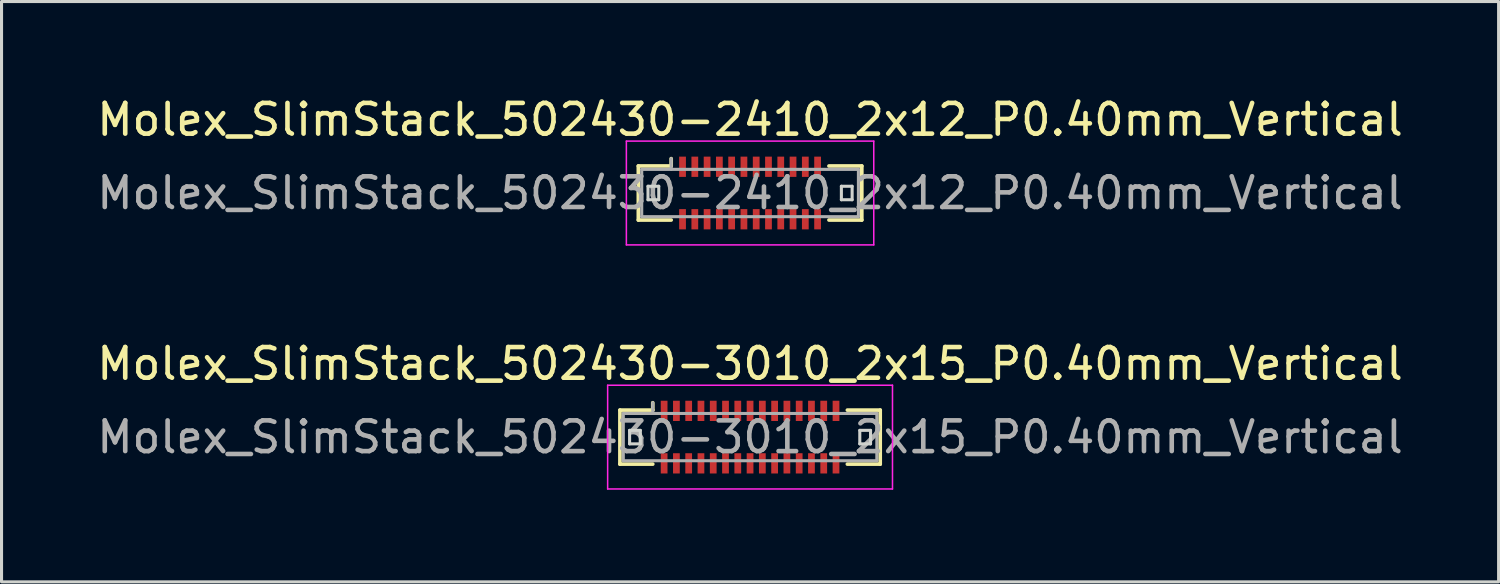
<source format=kicad_pcb>
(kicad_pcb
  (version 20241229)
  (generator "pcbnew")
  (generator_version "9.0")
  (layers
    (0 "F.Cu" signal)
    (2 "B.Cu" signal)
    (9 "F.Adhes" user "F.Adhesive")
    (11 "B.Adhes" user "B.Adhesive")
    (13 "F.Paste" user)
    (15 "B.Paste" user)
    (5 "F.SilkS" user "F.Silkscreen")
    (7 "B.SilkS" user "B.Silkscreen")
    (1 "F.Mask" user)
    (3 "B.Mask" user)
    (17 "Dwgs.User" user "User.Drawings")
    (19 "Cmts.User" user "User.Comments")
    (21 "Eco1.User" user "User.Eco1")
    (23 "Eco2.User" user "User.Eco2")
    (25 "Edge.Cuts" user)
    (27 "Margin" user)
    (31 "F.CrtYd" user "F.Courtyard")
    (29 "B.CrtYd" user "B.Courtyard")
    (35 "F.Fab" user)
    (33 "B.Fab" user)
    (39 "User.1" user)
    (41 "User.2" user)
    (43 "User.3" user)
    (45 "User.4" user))
  (footprint "Molex_SlimStack_502430-3010_2x15_P0.40mm_Vertical"
    (layer "F.Cu")
    (at 21.387 11.191)
    (property "Reference" "Molex_SlimStack_502430-3010_2x15_P0.40mm_Vertical" (at 0 -2.39 0) (layer "F.SilkS") (effects (font (size 1 1) (thickness 0.15))))
    (attr smd)
    (fp_line (start -4.24 -0.88) (end -3.17 -0.88) (stroke (width 0.12) (type solid)) (layer "F.SilkS"))
    (fp_line (start -4.24 0.88) (end -4.24 -0.88) (stroke (width 0.12) (type solid)) (layer "F.SilkS"))
    (fp_line (start -3.17 -0.88) (end -3.17 -1.12) (stroke (width 0.12) (type solid)) (layer "F.SilkS"))
    (fp_line (start -3.17 0.88) (end -4.24 0.88) (stroke (width 0.12) (type solid)) (layer "F.SilkS"))
    (fp_line (start 3.17 0.88) (end 4.24 0.88) (stroke (width 0.12) (type solid)) (layer "F.SilkS"))
    (fp_line (start 4.24 -0.88) (end 3.17 -0.88) (stroke (width 0.12) (type solid)) (layer "F.SilkS"))
    (fp_line (start 4.24 0.88) (end 4.24 -0.88) (stroke (width 0.12) (type solid)) (layer "F.SilkS"))
    (fp_line (start -3.925 -0.22) (end -3.925 0.22) (stroke (width 0.1) (type solid)) (layer "Edge.Cuts"))
    (fp_line (start -3.925 0.22) (end -3.575 0.22) (stroke (width 0.1) (type solid)) (layer "Edge.Cuts"))
    (fp_line (start -3.575 -0.22) (end -3.925 -0.22) (stroke (width 0.1) (type solid)) (layer "Edge.Cuts"))
    (fp_line (start -3.575 0.22) (end -3.575 -0.22) (stroke (width 0.1) (type solid)) (layer "Edge.Cuts"))
    (fp_line (start 3.575 -0.22) (end 3.575 0.22) (stroke (width 0.1) (type solid)) (layer "Edge.Cuts"))
    (fp_line (start 3.575 0.22) (end 3.925 0.22) (stroke (width 0.1) (type solid)) (layer "Edge.Cuts"))
    (fp_line (start 3.925 -0.22) (end 3.575 -0.22) (stroke (width 0.1) (type solid)) (layer "Edge.Cuts"))
    (fp_line (start 3.925 0.22) (end 3.925 -0.22) (stroke (width 0.1) (type solid)) (layer "Edge.Cuts"))
    (fp_line (start -4.64 -1.69) (end -4.64 1.69) (stroke (width 0.05) (type solid)) (layer "F.CrtYd"))
    (fp_line (start -4.64 1.69) (end 4.64 1.69) (stroke (width 0.05) (type solid)) (layer "F.CrtYd"))
    (fp_line (start 4.64 -1.69) (end -4.64 -1.69) (stroke (width 0.05) (type solid)) (layer "F.CrtYd"))
    (fp_line (start 4.64 1.69) (end 4.64 -1.69) (stroke (width 0.05) (type solid)) (layer "F.CrtYd"))
    (fp_line (start -4.13 -0.77) (end -4.13 0.77) (stroke (width 0.1) (type solid)) (layer "F.Fab"))
    (fp_line (start -4.13 0.77) (end 4.13 0.77) (stroke (width 0.1) (type solid)) (layer "F.Fab"))
    (fp_line (start -3.17 -0.77) (end -3.17 -1.12) (stroke (width 0.1) (type solid)) (layer "F.Fab"))
    (fp_line (start 4.13 -0.77) (end -4.13 -0.77) (stroke (width 0.1) (type solid)) (layer "F.Fab"))
    (fp_line (start 4.13 0.77) (end 4.13 -0.77) (stroke (width 0.1) (type solid)) (layer "F.Fab"))
    (fp_text user "${REFERENCE}" (at 0 0 0) (layer "F.Fab") (effects (font (size 1 1) (thickness 0.15))))
    (pad "1" smd rect (at -2.8 -0.855) (size 0.22 0.66) (layers "F.Cu" "F.Mask" "F.Paste"))
    (pad "2" smd rect (at -2.8 0.855) (size 0.22 0.66) (layers "F.Cu" "F.Mask" "F.Paste"))
    (pad "3" smd rect (at -2.4 -0.855) (size 0.22 0.66) (layers "F.Cu" "F.Mask" "F.Paste"))
    (pad "4" smd rect (at -2.4 0.855) (size 0.22 0.66) (layers "F.Cu" "F.Mask" "F.Paste"))
    (pad "5" smd rect (at -2 -0.855) (size 0.22 0.66) (layers "F.Cu" "F.Mask" "F.Paste"))
    (pad "6" smd rect (at -2 0.855) (size 0.22 0.66) (layers "F.Cu" "F.Mask" "F.Paste"))
    (pad "7" smd rect (at -1.6 -0.855) (size 0.22 0.66) (layers "F.Cu" "F.Mask" "F.Paste"))
    (pad "8" smd rect (at -1.6 0.855) (size 0.22 0.66) (layers "F.Cu" "F.Mask" "F.Paste"))
    (pad "9" smd rect (at -1.2 -0.855) (size 0.22 0.66) (layers "F.Cu" "F.Mask" "F.Paste"))
    (pad "10" smd rect (at -1.2 0.855) (size 0.22 0.66) (layers "F.Cu" "F.Mask" "F.Paste"))
    (pad "11" smd rect (at -0.8 -0.855) (size 0.22 0.66) (layers "F.Cu" "F.Mask" "F.Paste"))
    (pad "12" smd rect (at -0.8 0.855) (size 0.22 0.66) (layers "F.Cu" "F.Mask" "F.Paste"))
    (pad "13" smd rect (at -0.4 -0.855) (size 0.22 0.66) (layers "F.Cu" "F.Mask" "F.Paste"))
    (pad "14" smd rect (at -0.4 0.855) (size 0.22 0.66) (layers "F.Cu" "F.Mask" "F.Paste"))
    (pad "15" smd rect (at 0 -0.855) (size 0.22 0.66) (layers "F.Cu" "F.Mask" "F.Paste"))
    (pad "16" smd rect (at 0 0.855) (size 0.22 0.66) (layers "F.Cu" "F.Mask" "F.Paste"))
    (pad "17" smd rect (at 0.4 -0.855) (size 0.22 0.66) (layers "F.Cu" "F.Mask" "F.Paste"))
    (pad "18" smd rect (at 0.4 0.855) (size 0.22 0.66) (layers "F.Cu" "F.Mask" "F.Paste"))
    (pad "19" smd rect (at 0.8 -0.855) (size 0.22 0.66) (layers "F.Cu" "F.Mask" "F.Paste"))
    (pad "20" smd rect (at 0.8 0.855) (size 0.22 0.66) (layers "F.Cu" "F.Mask" "F.Paste"))
    (pad "21" smd rect (at 1.2 -0.855) (size 0.22 0.66) (layers "F.Cu" "F.Mask" "F.Paste"))
    (pad "22" smd rect (at 1.2 0.855) (size 0.22 0.66) (layers "F.Cu" "F.Mask" "F.Paste"))
    (pad "23" smd rect (at 1.6 -0.855) (size 0.22 0.66) (layers "F.Cu" "F.Mask" "F.Paste"))
    (pad "24" smd rect (at 1.6 0.855) (size 0.22 0.66) (layers "F.Cu" "F.Mask" "F.Paste"))
    (pad "25" smd rect (at 2 -0.855) (size 0.22 0.66) (layers "F.Cu" "F.Mask" "F.Paste"))
    (pad "26" smd rect (at 2 0.855) (size 0.22 0.66) (layers "F.Cu" "F.Mask" "F.Paste"))
    (pad "27" smd rect (at 2.4 -0.855) (size 0.22 0.66) (layers "F.Cu" "F.Mask" "F.Paste"))
    (pad "28" smd rect (at 2.4 0.855) (size 0.22 0.66) (layers "F.Cu" "F.Mask" "F.Paste"))
    (pad "29" smd rect (at 2.8 -0.855) (size 0.22 0.66) (layers "F.Cu" "F.Mask" "F.Paste"))
    (pad "30" smd rect (at 2.8 0.855) (size 0.22 0.66) (layers "F.Cu" "F.Mask" "F.Paste")))
  (footprint "Molex_SlimStack_502430-2410_2x12_P0.40mm_Vertical"
    (layer "F.Cu")
    (at 21.387 3.238)
    (property "Reference" "Molex_SlimStack_502430-2410_2x12_P0.40mm_Vertical" (at 0 -2.39 0) (layer "F.SilkS") (effects (font (size 1 1) (thickness 0.15))))
    (attr smd)
    (fp_line (start -3.64 -0.88) (end -2.57 -0.88) (stroke (width 0.12) (type solid)) (layer "F.SilkS"))
    (fp_line (start -3.64 0.88) (end -3.64 -0.88) (stroke (width 0.12) (type solid)) (layer "F.SilkS"))
    (fp_line (start -2.57 -0.88) (end -2.57 -1.12) (stroke (width 0.12) (type solid)) (layer "F.SilkS"))
    (fp_line (start -2.57 0.88) (end -3.64 0.88) (stroke (width 0.12) (type solid)) (layer "F.SilkS"))
    (fp_line (start 2.57 0.88) (end 3.64 0.88) (stroke (width 0.12) (type solid)) (layer "F.SilkS"))
    (fp_line (start 3.64 -0.88) (end 2.57 -0.88) (stroke (width 0.12) (type solid)) (layer "F.SilkS"))
    (fp_line (start 3.64 0.88) (end 3.64 -0.88) (stroke (width 0.12) (type solid)) (layer "F.SilkS"))
    (fp_line (start -3.325 -0.22) (end -3.325 0.22) (stroke (width 0.1) (type solid)) (layer "Edge.Cuts"))
    (fp_line (start -3.325 0.22) (end -2.975 0.22) (stroke (width 0.1) (type solid)) (layer "Edge.Cuts"))
    (fp_line (start -2.975 -0.22) (end -3.325 -0.22) (stroke (width 0.1) (type solid)) (layer "Edge.Cuts"))
    (fp_line (start -2.975 0.22) (end -2.975 -0.22) (stroke (width 0.1) (type solid)) (layer "Edge.Cuts"))
    (fp_line (start 2.975 -0.22) (end 2.975 0.22) (stroke (width 0.1) (type solid)) (layer "Edge.Cuts"))
    (fp_line (start 2.975 0.22) (end 3.325 0.22) (stroke (width 0.1) (type solid)) (layer "Edge.Cuts"))
    (fp_line (start 3.325 -0.22) (end 2.975 -0.22) (stroke (width 0.1) (type solid)) (layer "Edge.Cuts"))
    (fp_line (start 3.325 0.22) (end 3.325 -0.22) (stroke (width 0.1) (type solid)) (layer "Edge.Cuts"))
    (fp_line (start -4.03 -1.69) (end -4.03 1.69) (stroke (width 0.05) (type solid)) (layer "F.CrtYd"))
    (fp_line (start -4.03 1.69) (end 4.03 1.69) (stroke (width 0.05) (type solid)) (layer "F.CrtYd"))
    (fp_line (start 4.03 -1.69) (end -4.03 -1.69) (stroke (width 0.05) (type solid)) (layer "F.CrtYd"))
    (fp_line (start 4.03 1.69) (end 4.03 -1.69) (stroke (width 0.05) (type solid)) (layer "F.CrtYd"))
    (fp_line (start -3.53 -0.77) (end -3.53 0.77) (stroke (width 0.1) (type solid)) (layer "F.Fab"))
    (fp_line (start -3.53 0.77) (end 3.53 0.77) (stroke (width 0.1) (type solid)) (layer "F.Fab"))
    (fp_line (start -2.57 -0.77) (end -2.57 -1.12) (stroke (width 0.1) (type solid)) (layer "F.Fab"))
    (fp_line (start 3.53 -0.77) (end -3.53 -0.77) (stroke (width 0.1) (type solid)) (layer "F.Fab"))
    (fp_line (start 3.53 0.77) (end 3.53 -0.77) (stroke (width 0.1) (type solid)) (layer "F.Fab"))
    (fp_text user "${REFERENCE}" (at 0 0 0) (layer "F.Fab") (effects (font (size 1 1) (thickness 0.15))))
    (pad "1" smd rect (at -2.2 -0.855) (size 0.22 0.66) (layers "F.Cu" "F.Mask" "F.Paste"))
    (pad "2" smd rect (at -2.2 0.855) (size 0.22 0.66) (layers "F.Cu" "F.Mask" "F.Paste"))
    (pad "3" smd rect (at -1.8 -0.855) (size 0.22 0.66) (layers "F.Cu" "F.Mask" "F.Paste"))
    (pad "4" smd rect (at -1.8 0.855) (size 0.22 0.66) (layers "F.Cu" "F.Mask" "F.Paste"))
    (pad "5" smd rect (at -1.4 -0.855) (size 0.22 0.66) (layers "F.Cu" "F.Mask" "F.Paste"))
    (pad "6" smd rect (at -1.4 0.855) (size 0.22 0.66) (layers "F.Cu" "F.Mask" "F.Paste"))
    (pad "7" smd rect (at -1 -0.855) (size 0.22 0.66) (layers "F.Cu" "F.Mask" "F.Paste"))
    (pad "8" smd rect (at -1 0.855) (size 0.22 0.66) (layers "F.Cu" "F.Mask" "F.Paste"))
    (pad "9" smd rect (at -0.6 -0.855) (size 0.22 0.66) (layers "F.Cu" "F.Mask" "F.Paste"))
    (pad "10" smd rect (at -0.6 0.855) (size 0.22 0.66) (layers "F.Cu" "F.Mask" "F.Paste"))
    (pad "11" smd rect (at -0.2 -0.855) (size 0.22 0.66) (layers "F.Cu" "F.Mask" "F.Paste"))
    (pad "12" smd rect (at -0.2 0.855) (size 0.22 0.66) (layers "F.Cu" "F.Mask" "F.Paste"))
    (pad "13" smd rect (at 0.2 -0.855) (size 0.22 0.66) (layers "F.Cu" "F.Mask" "F.Paste"))
    (pad "14" smd rect (at 0.2 0.855) (size 0.22 0.66) (layers "F.Cu" "F.Mask" "F.Paste"))
    (pad "15" smd rect (at 0.6 -0.855) (size 0.22 0.66) (layers "F.Cu" "F.Mask" "F.Paste"))
    (pad "16" smd rect (at 0.6 0.855) (size 0.22 0.66) (layers "F.Cu" "F.Mask" "F.Paste"))
    (pad "17" smd rect (at 1 -0.855) (size 0.22 0.66) (layers "F.Cu" "F.Mask" "F.Paste"))
    (pad "18" smd rect (at 1 0.855) (size 0.22 0.66) (layers "F.Cu" "F.Mask" "F.Paste"))
    (pad "19" smd rect (at 1.4 -0.855) (size 0.22 0.66) (layers "F.Cu" "F.Mask" "F.Paste"))
    (pad "20" smd rect (at 1.4 0.855) (size 0.22 0.66) (layers "F.Cu" "F.Mask" "F.Paste"))
    (pad "21" smd rect (at 1.8 -0.855) (size 0.22 0.66) (layers "F.Cu" "F.Mask" "F.Paste"))
    (pad "22" smd rect (at 1.8 0.855) (size 0.22 0.66) (layers "F.Cu" "F.Mask" "F.Paste"))
    (pad "23" smd rect (at 2.2 -0.855) (size 0.22 0.66) (layers "F.Cu" "F.Mask" "F.Paste"))
    (pad "24" smd rect (at 2.2 0.855) (size 0.22 0.66) (layers "F.Cu" "F.Mask" "F.Paste")))
  (gr_rect
    (start -3 -3)
    (end 45.774 15.906)
    (stroke (width 0.1) (type default))
    (fill no)
    (layer "Edge.Cuts")))
</source>
